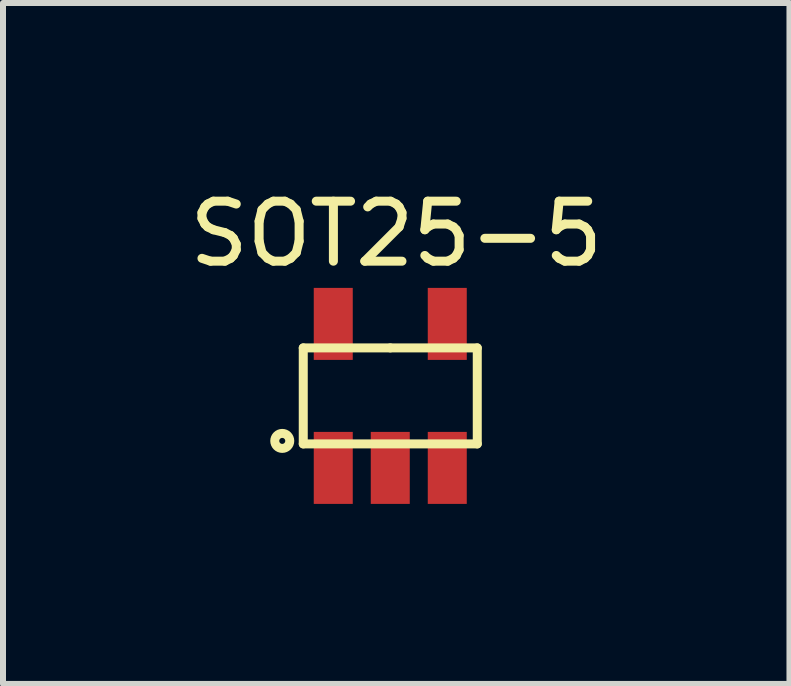
<source format=kicad_pcb>
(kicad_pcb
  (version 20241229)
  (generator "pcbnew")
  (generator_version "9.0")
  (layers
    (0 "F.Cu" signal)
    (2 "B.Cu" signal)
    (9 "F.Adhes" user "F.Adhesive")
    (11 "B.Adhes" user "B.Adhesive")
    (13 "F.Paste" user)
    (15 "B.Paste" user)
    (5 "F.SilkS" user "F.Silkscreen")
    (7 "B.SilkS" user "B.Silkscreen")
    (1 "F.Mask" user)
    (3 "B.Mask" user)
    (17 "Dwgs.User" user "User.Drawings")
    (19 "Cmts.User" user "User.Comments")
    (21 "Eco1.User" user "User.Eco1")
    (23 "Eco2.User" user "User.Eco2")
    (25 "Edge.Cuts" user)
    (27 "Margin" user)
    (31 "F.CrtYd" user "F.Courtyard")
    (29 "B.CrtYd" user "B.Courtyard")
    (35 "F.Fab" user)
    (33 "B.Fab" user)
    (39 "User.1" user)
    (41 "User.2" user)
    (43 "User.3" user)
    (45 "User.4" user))
  (footprint "SOT25-5"
    (layer "F.Cu")
    (at 3.454 3.548)
    (property "Reference" "SOT25-5" (at 0.1 -2.7 0) (layer "F.SilkS") (effects (font (size 1 1) (thickness 0.15))))
    (attr smd)
    (fp_line (start -1.45 -0.8) (end -1.45 0.8) (stroke (width 0.15) (type solid)) (layer "F.SilkS"))
    (fp_line (start -1.45 0.8) (end 1.45 0.8) (stroke (width 0.15) (type solid)) (layer "F.SilkS"))
    (fp_line (start 0 -0.8) (end -1.45 -0.8) (stroke (width 0.15) (type solid)) (layer "F.SilkS"))
    (fp_line (start 1.45 -0.8) (end 0 -0.8) (stroke (width 0.15) (type solid)) (layer "F.SilkS"))
    (fp_line (start 1.45 0.8) (end 1.45 -0.8) (stroke (width 0.15) (type solid)) (layer "F.SilkS"))
    (fp_circle (center -1.8 0.75) (end -1.75 0.75) (stroke (width 0.15) (type solid)) (fill no) (layer "F.SilkS"))
    (pad "1" smd rect (at -0.95 1.2) (size 0.65 1.2) (layers "F.Cu" "F.Mask" "F.Paste"))
    (pad "2" smd rect (at 0 1.2) (size 0.65 1.2) (layers "F.Cu" "F.Mask" "F.Paste"))
    (pad "3" smd rect (at 0.95 1.2) (size 0.65 1.2) (layers "F.Cu" "F.Mask" "F.Paste"))
    (pad "4" smd rect (at 0.95 -1.2) (size 0.65 1.2) (layers "F.Cu" "F.Mask" "F.Paste"))
    (pad "5" smd rect (at -0.95 -1.2) (size 0.65 1.2) (layers "F.Cu" "F.Mask" "F.Paste")))
  (gr_rect
    (start -3 -3)
    (end 10.107 8.348)
    (stroke (width 0.1) (type default))
    (fill no)
    (layer "Edge.Cuts")))
</source>
